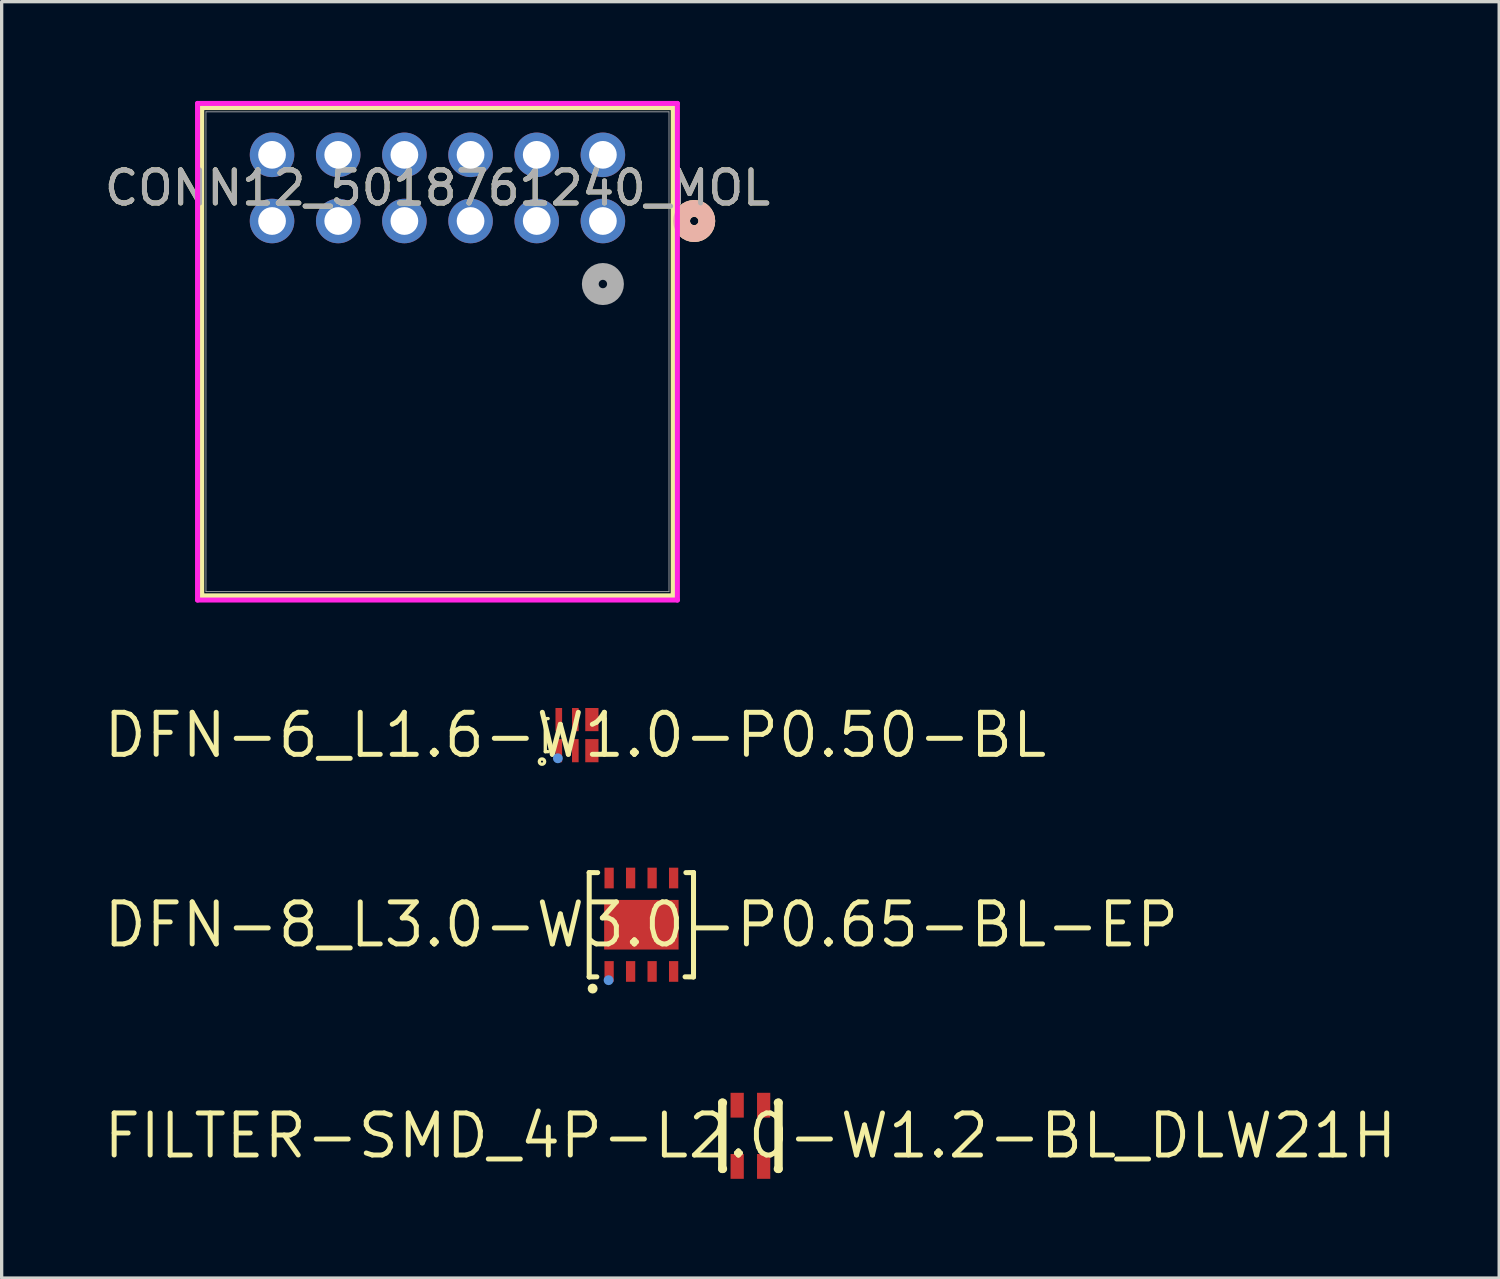
<source format=kicad_pcb>
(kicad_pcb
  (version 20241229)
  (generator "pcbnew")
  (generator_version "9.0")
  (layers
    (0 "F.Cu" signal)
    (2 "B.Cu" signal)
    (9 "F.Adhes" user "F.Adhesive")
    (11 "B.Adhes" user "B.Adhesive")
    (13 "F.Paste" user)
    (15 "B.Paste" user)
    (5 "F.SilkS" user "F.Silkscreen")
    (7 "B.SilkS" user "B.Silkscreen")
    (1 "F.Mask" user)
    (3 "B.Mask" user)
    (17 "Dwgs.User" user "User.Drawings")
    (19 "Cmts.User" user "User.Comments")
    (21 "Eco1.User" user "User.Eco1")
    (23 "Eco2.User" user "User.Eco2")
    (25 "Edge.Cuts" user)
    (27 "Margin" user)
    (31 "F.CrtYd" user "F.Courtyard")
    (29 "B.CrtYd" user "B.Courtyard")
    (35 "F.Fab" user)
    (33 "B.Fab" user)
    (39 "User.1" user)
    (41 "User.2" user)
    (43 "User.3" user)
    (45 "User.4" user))
  (footprint "DFN-8_L3.0-W3.0-P0.65-BL-EP"
    (layer "F.Cu")
    (at 16.336 24.901)
    (property "Reference" "DFN-8_L3.0-W3.0-P0.65-BL-EP" (at 0 0 0) (layer "F.SilkS") (effects (font (size 1.27 1.27) (thickness 0.15))))
    (attr smd)
    (fp_line (start -1.576 -1.576) (end -1.576 -1.576) (stroke (width 0.152) (type solid)) (layer "F.SilkS"))
    (fp_line (start -1.576 -1.576) (end -1.576 1.576) (stroke (width 0.152) (type solid)) (layer "F.SilkS"))
    (fp_line (start -1.576 1.576) (end -1.576 1.576) (stroke (width 0.152) (type solid)) (layer "F.SilkS"))
    (fp_line (start -1.576 1.576) (end -1.346 1.575) (stroke (width 0.152) (type solid)) (layer "F.SilkS"))
    (fp_line (start -1.321 -1.575) (end -1.576 -1.576) (stroke (width 0.152) (type solid)) (layer "F.SilkS"))
    (fp_line (start 1.321 1.575) (end 1.576 1.576) (stroke (width 0.152) (type solid)) (layer "F.SilkS"))
    (fp_line (start 1.576 -1.576) (end 1.346 -1.575) (stroke (width 0.152) (type solid)) (layer "F.SilkS"))
    (fp_line (start 1.576 -1.576) (end 1.576 -1.576) (stroke (width 0.152) (type solid)) (layer "F.SilkS"))
    (fp_line (start 1.576 1.576) (end 1.576 -1.576) (stroke (width 0.152) (type solid)) (layer "F.SilkS"))
    (fp_line (start 1.576 1.576) (end 1.576 1.576) (stroke (width 0.152) (type solid)) (layer "F.SilkS"))
    (fp_circle (center -1.473 1.93) (end -1.398 1.93) (stroke (width 0.15) (type solid)) (fill no) (layer "F.SilkS"))
    (fp_circle (center -0.991 1.676) (end -0.916 1.676) (stroke (width 0.15) (type solid)) (fill no) (layer "Cmts.User"))
    (fp_text user "" (at 0 0 0) (layer "Cmts.User") (effects (font (size 1 1) (thickness 0.15))))
    (pad "1" smd rect (at -0.975 1.412) (size 0.28 0.625) (layers "F.Cu" "F.Mask" "F.Paste"))
    (pad "2" smd rect (at -0.325 1.412) (size 0.28 0.625) (layers "F.Cu" "F.Mask" "F.Paste"))
    (pad "3" smd rect (at 0.325 1.412) (size 0.28 0.625) (layers "F.Cu" "F.Mask" "F.Paste"))
    (pad "4" smd rect (at 0.975 1.412) (size 0.28 0.625) (layers "F.Cu" "F.Mask" "F.Paste"))
    (pad "5" smd rect (at 0.975 -1.412) (size 0.28 0.625) (layers "F.Cu" "F.Mask" "F.Paste"))
    (pad "6" smd rect (at 0.325 -1.412) (size 0.28 0.625) (layers "F.Cu" "F.Mask" "F.Paste"))
    (pad "7" smd rect (at -0.325 -1.412) (size 0.28 0.625) (layers "F.Cu" "F.Mask" "F.Paste"))
    (pad "8" smd rect (at -0.975 -1.412) (size 0.28 0.625) (layers "F.Cu" "F.Mask" "F.Paste"))
    (pad "9" smd rect (at 0 0) (size 2.25 1.5) (layers "F.Cu" "F.Mask" "F.Paste")))
  (footprint "FILTER-SMD_4P-L2.0-W1.2-BL_DLW21H"
    (layer "F.Cu")
    (at 19.632 31.281)
    (property "Reference" "FILTER-SMD_4P-L2.0-W1.2-BL_DLW21H" (at 0 0 0) (layer "F.SilkS") (effects (font (size 1.27 1.27) (thickness 0.15))))
    (attr smd)
    (fp_line (start -0.85 -1) (end -0.831 -1) (stroke (width 0.254) (type solid)) (layer "F.SilkS"))
    (fp_line (start -0.85 1) (end -0.85 -1) (stroke (width 0.254) (type solid)) (layer "F.SilkS"))
    (fp_line (start -0.85 1) (end -0.831 1) (stroke (width 0.254) (type solid)) (layer "F.SilkS"))
    (fp_line (start 0.831 -1) (end 0.85 -1) (stroke (width 0.254) (type solid)) (layer "F.SilkS"))
    (fp_line (start 0.831 1) (end 0.85 1) (stroke (width 0.254) (type solid)) (layer "F.SilkS"))
    (fp_line (start 0.85 1) (end 0.85 -1) (stroke (width 0.254) (type solid)) (layer "F.SilkS"))
    (fp_text user "" (at 0 0 0) (layer "Cmts.User") (effects (font (size 1 1) (thickness 0.15))))
    (pad "1" smd rect (at -0.4 0.925 90) (size 0.75 0.4) (layers "F.Cu" "F.Mask" "F.Paste"))
    (pad "2" smd rect (at -0.4 -0.925 90) (size 0.75 0.4) (layers "F.Cu" "F.Mask" "F.Paste"))
    (pad "3" smd rect (at 0.4 -0.925 90) (size 0.75 0.4) (layers "F.Cu" "F.Mask" "F.Paste"))
    (pad "4" smd rect (at 0.4 0.925 90) (size 0.75 0.4) (layers "F.Cu" "F.Mask" "F.Paste")))
  (footprint "CONN12_5018761240_MOL"
    (layer "F.Cu")
    (at 15.173 3.63)
    (property "Reference" "CONN12_5018761240_MOL" (at -5 -1 0) (unlocked yes) (layer "F.SilkS") (effects (font (size 1 1) (thickness 0.15))))
    (attr through_hole)
    (fp_line (start -12.125 -3.427) (end -12.125 11.33) (stroke (width 0.152) (type solid)) (layer "F.SilkS"))
    (fp_line (start -12.125 11.33) (end 2.125 11.33) (stroke (width 0.152) (type solid)) (layer "F.SilkS"))
    (fp_line (start 2.125 -3.427) (end -12.125 -3.427) (stroke (width 0.152) (type solid)) (layer "F.SilkS"))
    (fp_line (start 2.125 11.33) (end 2.125 -3.427) (stroke (width 0.152) (type solid)) (layer "F.SilkS"))
    (fp_circle (center 2.76 0) (end 3.141 0) (stroke (width 0.508) (type solid)) (fill no) (layer "F.SilkS"))
    (fp_circle (center 2.76 0) (end 3.141 0) (stroke (width 0.508) (type solid)) (fill no) (layer "B.SilkS"))
    (fp_line (start -12.252 -3.554) (end -12.252 11.457) (stroke (width 0.152) (type solid)) (layer "F.CrtYd"))
    (fp_line (start -12.252 11.457) (end 2.252 11.457) (stroke (width 0.152) (type solid)) (layer "F.CrtYd"))
    (fp_line (start 2.252 -3.554) (end -12.252 -3.554) (stroke (width 0.152) (type solid)) (layer "F.CrtYd"))
    (fp_line (start 2.252 11.457) (end 2.252 -3.554) (stroke (width 0.152) (type solid)) (layer "F.CrtYd"))
    (fp_line (start -11.998 -3.3) (end -11.998 11.203) (stroke (width 0.025) (type solid)) (layer "F.Fab"))
    (fp_line (start -11.998 11.203) (end 1.998 11.203) (stroke (width 0.025) (type solid)) (layer "F.Fab"))
    (fp_line (start 1.998 -3.3) (end -11.998 -3.3) (stroke (width 0.025) (type solid)) (layer "F.Fab"))
    (fp_line (start 1.998 11.203) (end 1.998 -3.3) (stroke (width 0.025) (type solid)) (layer "F.Fab"))
    (fp_circle (center 0 1.905) (end 0.381 1.905) (stroke (width 0.508) (type solid)) (fill no) (layer "F.Fab"))
    (fp_text user "${REFERENCE}" (at -5 -1 0) (unlocked yes) (layer "F.Fab") (effects (font (size 1 1) (thickness 0.15))))
    (pad "1" thru_hole circle (at 0 0) (size 1.346 1.346) (drill 0.838) (layers "*.Cu" "*.Mask"))
    (pad "2" thru_hole circle (at 0 -2) (size 1.346 1.346) (drill 0.838) (layers "*.Cu" "*.Mask"))
    (pad "3" thru_hole circle (at -2 0) (size 1.346 1.346) (drill 0.838) (layers "*.Cu" "*.Mask"))
    (pad "4" thru_hole circle (at -2 -2) (size 1.346 1.346) (drill 0.838) (layers "*.Cu" "*.Mask"))
    (pad "5" thru_hole circle (at -4 0) (size 1.346 1.346) (drill 0.838) (layers "*.Cu" "*.Mask"))
    (pad "6" thru_hole circle (at -4 -2) (size 1.346 1.346) (drill 0.838) (layers "*.Cu" "*.Mask"))
    (pad "7" thru_hole circle (at -6 0) (size 1.346 1.346) (drill 0.838) (layers "*.Cu" "*.Mask"))
    (pad "8" thru_hole circle (at -6 -2) (size 1.346 1.346) (drill 0.838) (layers "*.Cu" "*.Mask"))
    (pad "9" thru_hole circle (at -8 0) (size 1.346 1.346) (drill 0.838) (layers "*.Cu" "*.Mask"))
    (pad "10" thru_hole circle (at -8 -2) (size 1.346 1.346) (drill 0.838) (layers "*.Cu" "*.Mask"))
    (pad "11" thru_hole circle (at -10 0) (size 1.346 1.346) (drill 0.838) (layers "*.Cu" "*.Mask"))
    (pad "12" thru_hole circle (at -10 -2) (size 1.346 1.346) (drill 0.838) (layers "*.Cu" "*.Mask")))
  (footprint "DFN-6_L1.6-W1.0-P0.50-BL"
    (layer "F.Cu")
    (at 14.34 19.17)
    (property "Reference" "DFN-6_L1.6-W1.0-P0.50-BL" (at 0 0 0) (layer "F.SilkS") (effects (font (size 1.27 1.27) (thickness 0.15))))
    (attr smd)
    (fp_line (start -0.908 -0.5) (end -0.908 0.5) (stroke (width 0.1) (type solid)) (layer "F.SilkS"))
    (fp_line (start -0.908 -0.5) (end -0.822 -0.5) (stroke (width 0.1) (type solid)) (layer "F.SilkS"))
    (fp_line (start -0.908 0.5) (end -0.822 0.5) (stroke (width 0.1) (type solid)) (layer "F.SilkS"))
    (fp_line (start 0.846 -0.5) (end 0.892 -0.5) (stroke (width 0.1) (type solid)) (layer "F.SilkS"))
    (fp_line (start 0.846 0.5) (end 0.892 0.5) (stroke (width 0.1) (type solid)) (layer "F.SilkS"))
    (fp_line (start 0.892 0.5) (end 0.892 -0.5) (stroke (width 0.1) (type solid)) (layer "F.SilkS"))
    (fp_circle (center -1.008 0.8) (end -0.927 0.8) (stroke (width 0.1) (type solid)) (fill no) (layer "F.SilkS"))
    (fp_circle (center -0.528 0.7) (end -0.453 0.7) (stroke (width 0.15) (type solid)) (fill no) (layer "Cmts.User"))
    (fp_text user "" (at 0 0 0) (layer "Cmts.User") (effects (font (size 1 1) (thickness 0.15))))
    (pad "1" smd rect (at -0.5 0.47) (size 0.2 0.7) (layers "F.Cu" "F.Mask" "F.Paste"))
    (pad "2" smd rect (at 0 0.47) (size 0.2 0.7) (layers "F.Cu" "F.Mask" "F.Paste"))
    (pad "3" smd rect (at 0.5 0.47) (size 0.4 0.7) (layers "F.Cu" "F.Mask" "F.Paste"))
    (pad "4" smd rect (at 0.5 -0.47) (size 0.4 0.7) (layers "F.Cu" "F.Mask" "F.Paste"))
    (pad "5" smd rect (at 0 -0.47) (size 0.2 0.7) (layers "F.Cu" "F.Mask" "F.Paste"))
    (pad "6" smd rect (at -0.5 -0.47) (size 0.2 0.7) (layers "F.Cu" "F.Mask" "F.Paste")))
  (gr_rect
    (start -3 -3)
    (end 42.264 35.581)
    (stroke (width 0.1) (type default))
    (fill no)
    (layer "Edge.Cuts")))
</source>
